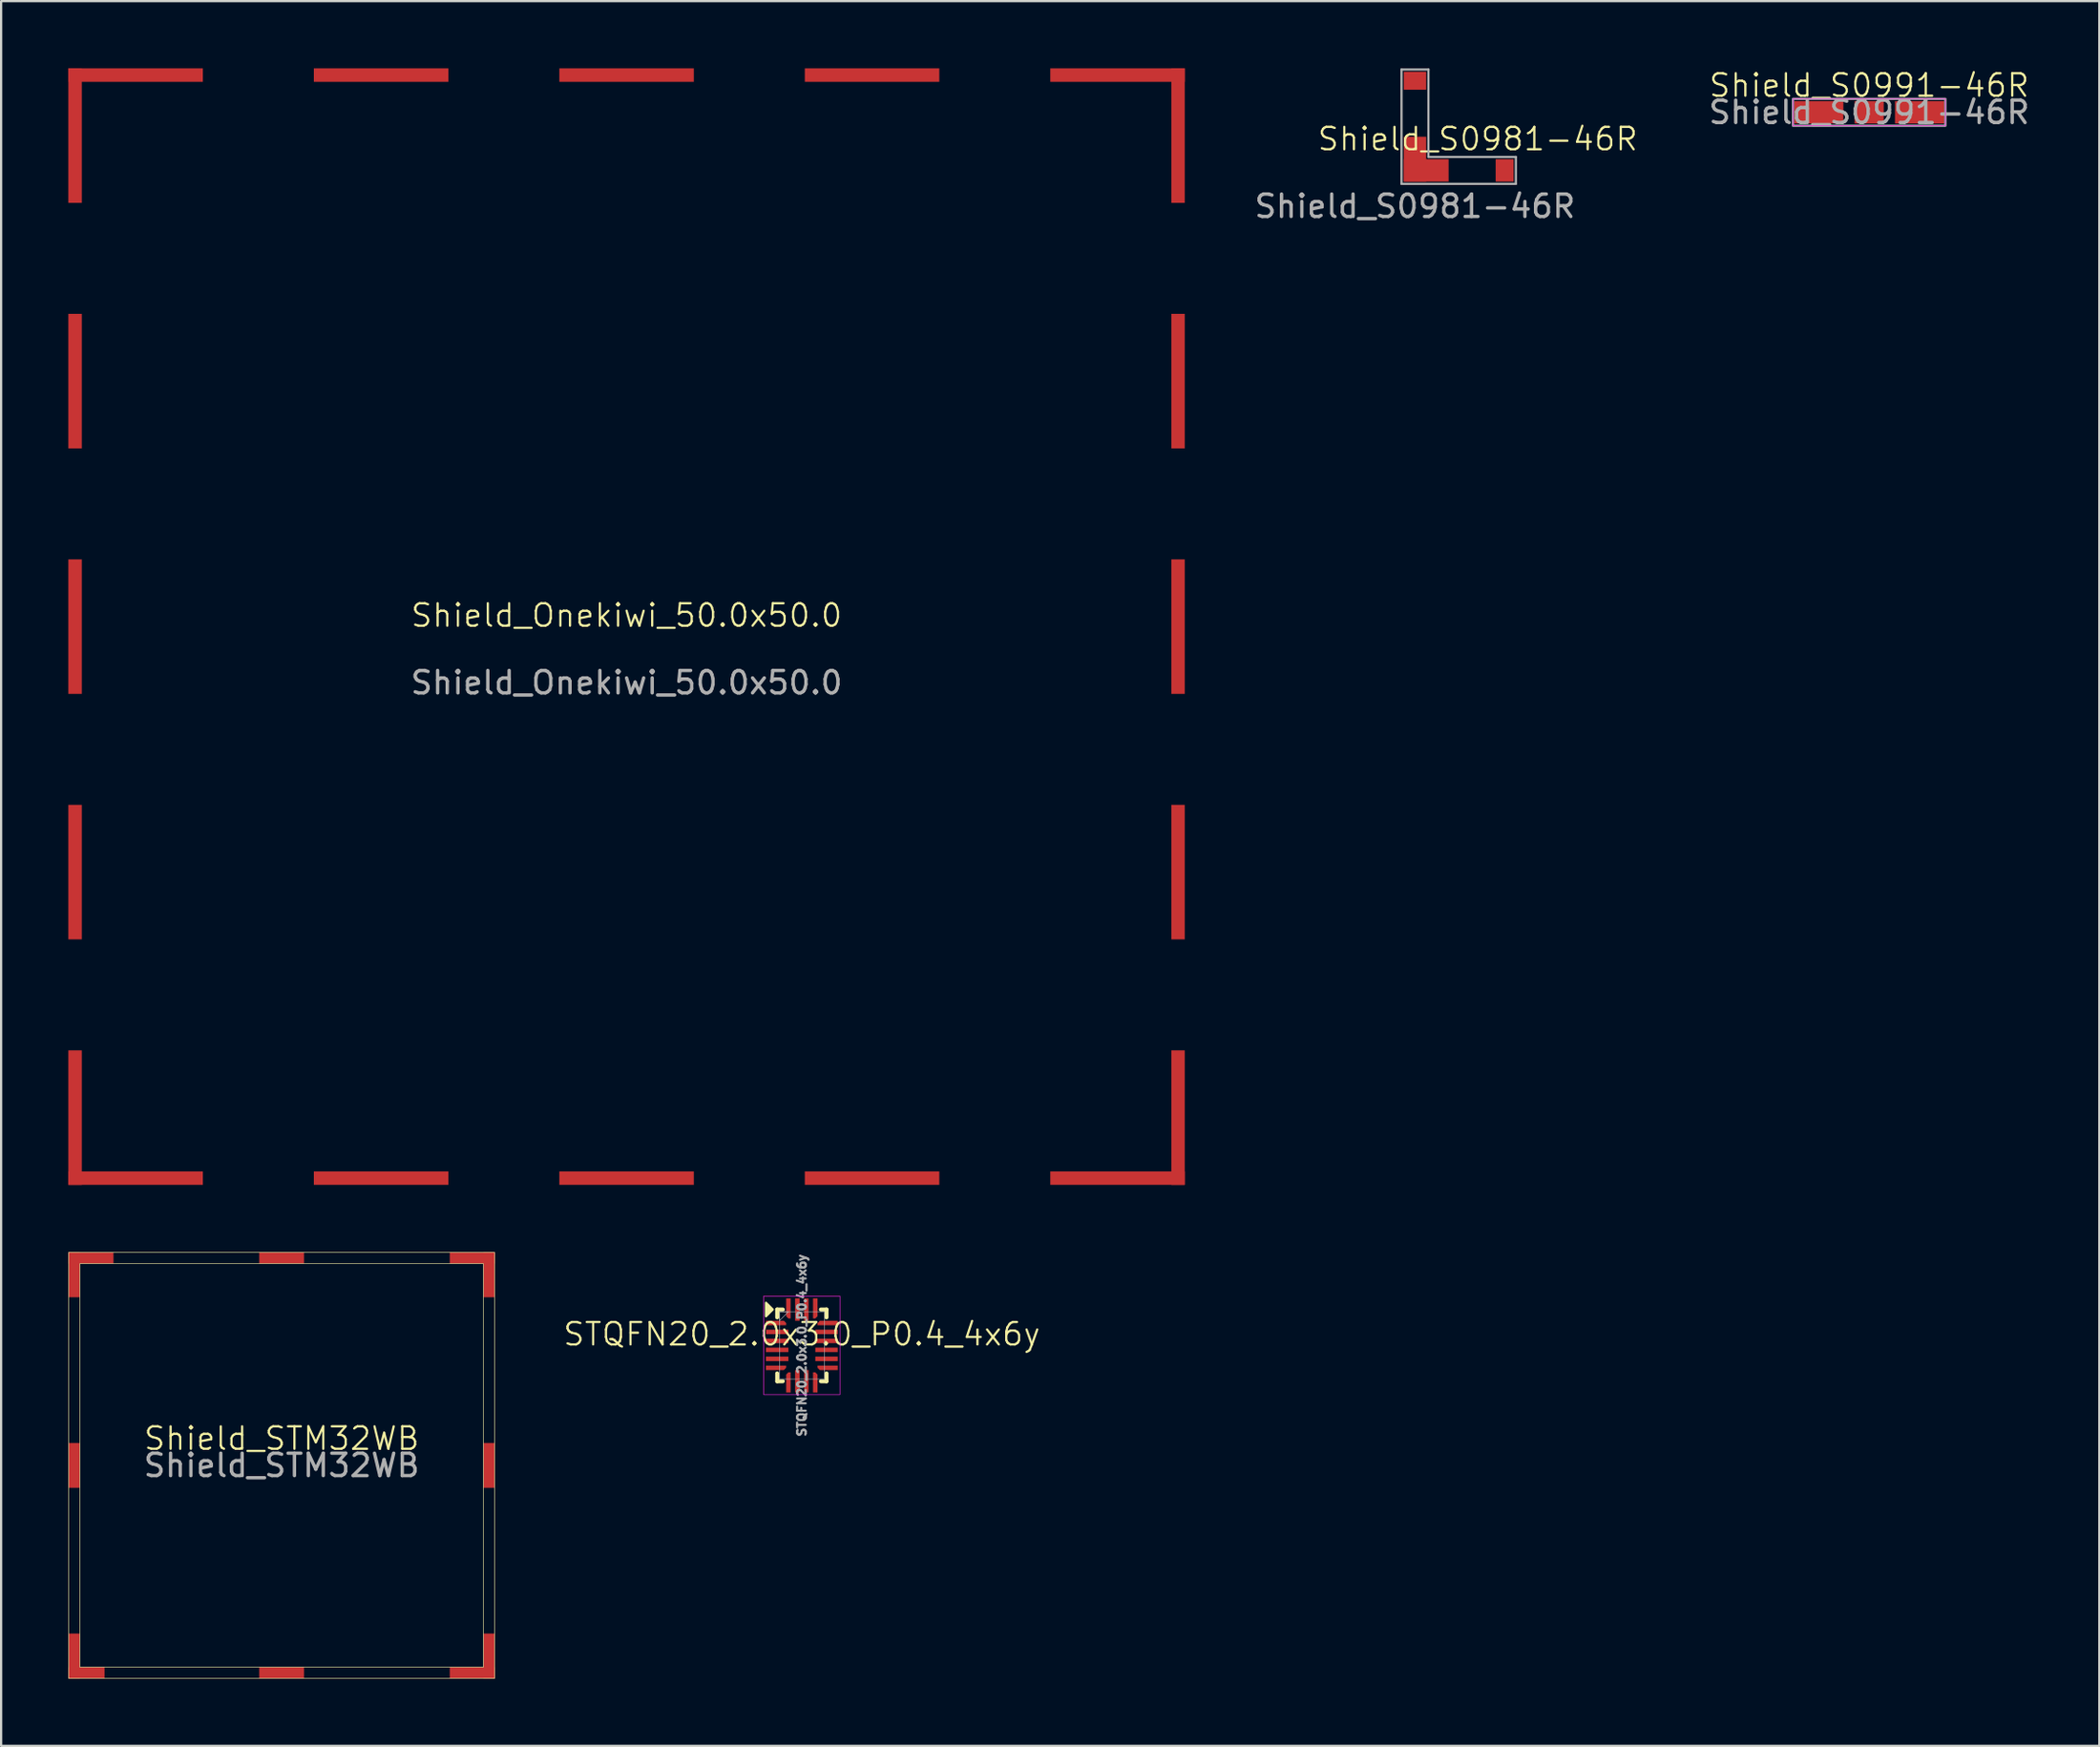
<source format=kicad_pcb>
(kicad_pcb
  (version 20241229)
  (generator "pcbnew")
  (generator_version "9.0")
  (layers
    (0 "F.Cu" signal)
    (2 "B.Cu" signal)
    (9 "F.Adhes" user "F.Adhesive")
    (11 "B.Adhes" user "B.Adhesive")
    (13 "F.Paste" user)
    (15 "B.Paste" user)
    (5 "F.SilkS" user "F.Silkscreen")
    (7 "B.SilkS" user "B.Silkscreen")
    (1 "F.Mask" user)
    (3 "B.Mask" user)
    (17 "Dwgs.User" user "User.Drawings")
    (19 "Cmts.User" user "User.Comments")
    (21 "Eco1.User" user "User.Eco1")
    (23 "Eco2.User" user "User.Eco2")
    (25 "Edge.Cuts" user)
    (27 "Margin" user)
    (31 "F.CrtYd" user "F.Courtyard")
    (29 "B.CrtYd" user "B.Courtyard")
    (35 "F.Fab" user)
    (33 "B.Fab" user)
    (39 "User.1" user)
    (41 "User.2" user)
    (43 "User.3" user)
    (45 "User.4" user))
  (footprint "Shield_S0981-46R"
    (layer "F.Cu")
    (at 60.068 4.55)
    (property "Reference" "Shield_S0981-46R" (at 2.8 -1.4 0) (unlocked yes) (layer "F.SilkS") (effects (font (size 1 1) (thickness 0.1))))
    (attr smd)
    (fp_line (start -0.6 -4.5) (end -0.6 0.6) (stroke (width 0.1) (type default)) (layer "F.Fab"))
    (fp_line (start -0.6 0.6) (end 4.5 0.6) (stroke (width 0.1) (type default)) (layer "F.Fab"))
    (fp_line (start 0.6 -4.5) (end -0.6 -4.5) (stroke (width 0.1) (type default)) (layer "F.Fab"))
    (fp_line (start 0.6 -0.6) (end 0.6 -4.5) (stroke (width 0.1) (type default)) (layer "F.Fab"))
    (fp_line (start 4.5 -0.6) (end 0.6 -0.6) (stroke (width 0.1) (type default)) (layer "F.Fab"))
    (fp_line (start 4.5 0.6) (end 4.5 -0.6) (stroke (width 0.1) (type default)) (layer "F.Fab"))
    (fp_text user "${REFERENCE}" (at 0 1.6 0) (unlocked yes) (layer "F.Fab") (effects (font (size 1 1) (thickness 0.15))))
    (pad "1" smd rect (at 0 -4) (size 1 0.8) (layers "F.Cu" "F.Mask" "F.Paste"))
    (pad "1" smd rect (at 0 -0.5) (size 1 2) (layers "F.Cu" "F.Mask" "F.Paste"))
    (pad "1" smd rect (at 0.5 0) (size 2 1) (layers "F.Cu" "F.Mask" "F.Paste"))
    (pad "1" smd rect (at 4 0) (size 0.8 1) (layers "F.Cu" "F.Mask" "F.Paste")))
  (footprint "Shield_STM32WB"
    (layer "F.Cu")
    (at 9.513 62.313)
    (property "Reference" "Shield_STM32WB" (at 0 -1.2 0) (unlocked yes) (layer "F.SilkS") (effects (font (size 1 1) (thickness 0.1))))
    (attr smd)
    (fp_rect (start -9.5 -9.5) (end 9.5 9.5) (stroke (width 0.025) (type default)) (fill no) (layer "F.SilkS"))
    (fp_rect (start -9 9) (end 9 -9) (stroke (width 0.025) (type default)) (fill no) (layer "F.SilkS"))
    (fp_text user "${REFERENCE}" (at 0 0 0) (unlocked yes) (layer "F.Fab") (effects (font (size 1 1) (thickness 0.15))))
    (pad "1" smd rect (at -9.25 -8.5) (size 0.5 2) (layers "F.Cu" "F.Mask" "F.Paste"))
    (pad "1" smd rect (at -9.25 0) (size 0.5 2) (layers "F.Cu" "F.Mask" "F.Paste"))
    (pad "1" smd rect (at -9.25 8.5) (size 0.5 2) (layers "F.Cu" "F.Mask" "F.Paste"))
    (pad "1" smd rect (at -8.7 9.25) (size 1.6 0.5) (layers "F.Cu" "F.Mask" "F.Paste"))
    (pad "1" smd rect (at -8.5 -9.25) (size 2 0.5) (layers "F.Cu" "F.Mask" "F.Paste"))
    (pad "1" smd rect (at 0 -9.25) (size 2 0.5) (layers "F.Cu" "F.Mask" "F.Paste"))
    (pad "1" smd rect (at 0 9.25) (size 2 0.5) (layers "F.Cu" "F.Mask" "F.Paste"))
    (pad "1" smd rect (at 8.5 -9.25) (size 2 0.5) (layers "F.Cu" "F.Mask" "F.Paste"))
    (pad "1" smd rect (at 8.5 9.25) (size 2 0.5) (layers "F.Cu" "F.Mask" "F.Paste"))
    (pad "1" smd rect (at 9.25 -8.5) (size 0.5 2) (layers "F.Cu" "F.Mask" "F.Paste"))
    (pad "1" smd rect (at 9.25 0) (size 0.5 2) (layers "F.Cu" "F.Mask" "F.Paste"))
    (pad "1" smd rect (at 9.25 8.5) (size 0.5 2) (layers "F.Cu" "F.Mask" "F.Paste")))
  (footprint "Shield_S0991-46R"
    (layer "F.Cu")
    (at 80.329 1.96)
    (property "Reference" "Shield_S0991-46R" (at 0 -1.2 0) (unlocked yes) (layer "F.SilkS") (effects (font (size 1 1) (thickness 0.1))))
    (attr smd)
    (fp_rect (start -3.4 -0.6) (end 3.4 0.6) (stroke (width 0.025) (type default)) (fill no) (layer "F.CrtYd"))
    (fp_rect (start -3.4 -0.6) (end 3.4 0.6) (stroke (width 0.1) (type default)) (fill no) (layer "F.Fab"))
    (fp_text user "${REFERENCE}" (at 0 0 0) (unlocked yes) (layer "F.Fab") (effects (font (size 1 1) (thickness 0.15))))
    (pad "1" smd rect (at -2.25 0) (size 2.2 1) (layers "F.Cu" "F.Mask" "F.Paste"))
    (pad "1" smd rect (at 0 0) (size 1.3 1) (layers "F.Cu" "F.Mask" "F.Paste"))
    (pad "1" smd rect (at 2.25 0) (size 2.2 1) (layers "F.Cu" "F.Mask" "F.Paste")))
  (footprint "STQFN20_2.0x3.0_P0.4_4x6y"
    (layer "F.Cu")
    (at 32.718 56.96)
    (property "Reference" "STQFN20_2.0x3.0_P0.4_4x6y" (at 0 -0.5 0) (unlocked yes) (layer "F.SilkS") (effects (font (size 1 1) (thickness 0.1))))
    (attr smd)
    (fp_line (start -1.1 -1.6) (end -0.85 -1.6) (stroke (width 0.178) (type default)) (layer "F.SilkS"))
    (fp_line (start -1.1 -1.25) (end -1.1 -1.6) (stroke (width 0.178) (type default)) (layer "F.SilkS"))
    (fp_line (start -1.1 1.6) (end -1.1 1.25) (stroke (width 0.178) (type default)) (layer "F.SilkS"))
    (fp_line (start -1.1 1.6) (end -0.85 1.6) (stroke (width 0.178) (type default)) (layer "F.SilkS"))
    (fp_line (start 0.85 -1.6) (end 1.1 -1.6) (stroke (width 0.178) (type default)) (layer "F.SilkS"))
    (fp_line (start 0.85 1.6) (end 1.1 1.6) (stroke (width 0.178) (type default)) (layer "F.SilkS"))
    (fp_line (start 1.1 -1.6) (end 1.1 -1.25) (stroke (width 0.178) (type default)) (layer "F.SilkS"))
    (fp_line (start 1.1 1.6) (end 1.1 1.25) (stroke (width 0.178) (type default)) (layer "F.SilkS"))
    (fp_poly (pts (xy -1.3 -1.6) (xy -1.6 -1.9) (xy -1.6 -1.3)) (stroke (width 0.1) (type solid)) (fill yes) (layer "F.SilkS"))
    (fp_rect (start -1.7 2.2) (end 1.7 -2.2) (stroke (width 0.025) (type default)) (fill no) (layer "F.CrtYd"))
    (fp_rect (start -1 1.5) (end 1 -1.5) (stroke (width 0.025) (type default)) (fill no) (layer "F.Fab"))
    (fp_poly (pts (xy -1 -1.5) (xy -1 -1.1) (xy -0.6 -1.5)) (stroke (width 0.025) (type solid)) (fill no) (layer "F.Fab"))
    (fp_text user "${REFERENCE}" (at 0 0 90) (unlocked yes) (layer "F.Fab") (effects (font (size 0.381 0.381) (thickness 0.095))))
    (pad "1" smd roundrect (at -1.15 -1) (size 0.9 0.2) (layers "F.Cu" "F.Mask" "F.Paste") (roundrect_rratio 0) (chamfer_ratio 0.5) (chamfer top_right))
    (pad "2" smd rect (at -1.1 -0.6) (size 1 0.2) (layers "F.Cu" "F.Mask" "F.Paste"))
    (pad "3" smd rect (at -1.1 -0.2) (size 1 0.2) (layers "F.Cu" "F.Mask" "F.Paste"))
    (pad "4" smd rect (at -1.1 0.2) (size 1 0.2) (layers "F.Cu" "F.Mask" "F.Paste"))
    (pad "5" smd rect (at -1.1 0.6) (size 1 0.2) (layers "F.Cu" "F.Mask" "F.Paste"))
    (pad "6" smd roundrect (at -1.15 1) (size 0.9 0.2) (layers "F.Cu" "F.Mask" "F.Paste") (roundrect_rratio 0) (chamfer_ratio 0.5) (chamfer bottom_right))
    (pad "7" smd roundrect (at -0.6 1.65) (size 0.2 0.9) (layers "F.Cu" "F.Mask" "F.Paste") (roundrect_rratio 0) (chamfer_ratio 0.5) (chamfer top_left))
    (pad "8" smd rect (at -0.2 1.6) (size 0.2 1) (layers "F.Cu" "F.Mask" "F.Paste"))
    (pad "9" smd rect (at 0.2 1.6) (size 0.2 1) (layers "F.Cu" "F.Mask" "F.Paste"))
    (pad "10" smd roundrect (at 0.6 1.65) (size 0.2 0.9) (layers "F.Cu" "F.Mask" "F.Paste") (roundrect_rratio 0) (chamfer_ratio 0.5) (chamfer top_right))
    (pad "11" smd roundrect (at 1.15 1) (size 0.9 0.2) (layers "F.Cu" "F.Mask" "F.Paste") (roundrect_rratio 0) (chamfer_ratio 0.5) (chamfer bottom_left))
    (pad "12" smd rect (at 1.1 0.6) (size 1 0.2) (layers "F.Cu" "F.Mask" "F.Paste"))
    (pad "13" smd rect (at 1.1 0.2) (size 1 0.2) (layers "F.Cu" "F.Mask" "F.Paste"))
    (pad "14" smd rect (at 1.1 -0.2) (size 1 0.2) (layers "F.Cu" "F.Mask" "F.Paste"))
    (pad "15" smd rect (at 1.1 -0.6) (size 1 0.2) (layers "F.Cu" "F.Mask" "F.Paste"))
    (pad "16" smd roundrect (at 1.15 -1) (size 0.9 0.2) (layers "F.Cu" "F.Mask" "F.Paste") (roundrect_rratio 0) (chamfer_ratio 0.5) (chamfer top_left))
    (pad "17" smd roundrect (at 0.6 -1.65) (size 0.2 0.9) (layers "F.Cu" "F.Mask" "F.Paste") (roundrect_rratio 0) (chamfer_ratio 0.5) (chamfer bottom_right))
    (pad "18" smd rect (at 0.2 -1.6) (size 0.2 1) (layers "F.Cu" "F.Mask" "F.Paste"))
    (pad "19" smd rect (at -0.2 -1.6) (size 0.2 1) (layers "F.Cu" "F.Mask" "F.Paste"))
    (pad "20" smd roundrect (at -0.6 -1.65) (size 0.2 0.9) (layers "F.Cu" "F.Mask" "F.Paste") (roundrect_rratio 0) (chamfer_ratio 0.5) (chamfer bottom_left)))
  (footprint "Shield_Onekiwi_50.0x50.0"
    (layer "F.Cu")
    (at 24.9 24.9)
    (property "Reference" "Shield_Onekiwi_50.0x50.0" (at 0 -0.5 0) (unlocked yes) (layer "F.SilkS") (effects (font (size 1 1) (thickness 0.1))))
    (attr smd)
    (fp_text user "${REFERENCE}" (at 0 2.5 0) (unlocked yes) (layer "F.Fab") (effects (font (size 1 1) (thickness 0.15))))
    (pad "1" smd rect (at -24.6 -21.9) (size 0.6 6) (layers "F.Cu" "F.Mask" "F.Paste"))
    (pad "1" smd rect (at -24.6 -10.95) (size 0.6 6) (layers "F.Cu" "F.Mask" "F.Paste"))
    (pad "1" smd rect (at -24.6 0) (size 0.6 6) (layers "F.Cu" "F.Mask" "F.Paste"))
    (pad "1" smd rect (at -24.6 10.95) (size 0.6 6) (layers "F.Cu" "F.Mask" "F.Paste"))
    (pad "1" smd rect (at -24.6 21.9) (size 0.6 6) (layers "F.Cu" "F.Mask" "F.Paste"))
    (pad "1" smd rect (at -21.9 -24.6) (size 6 0.6) (layers "F.Cu" "F.Mask" "F.Paste"))
    (pad "1" smd rect (at -21.9 24.6) (size 6 0.6) (layers "F.Cu" "F.Mask" "F.Paste"))
    (pad "1" smd rect (at -10.95 -24.6) (size 6 0.6) (layers "F.Cu" "F.Mask" "F.Paste"))
    (pad "1" smd rect (at -10.95 24.6) (size 6 0.6) (layers "F.Cu" "F.Mask" "F.Paste"))
    (pad "1" smd rect (at 0 -24.6) (size 6 0.6) (layers "F.Cu" "F.Mask" "F.Paste"))
    (pad "1" smd rect (at 0 24.6) (size 6 0.6) (layers "F.Cu" "F.Mask" "F.Paste"))
    (pad "1" smd rect (at 10.95 -24.6) (size 6 0.6) (layers "F.Cu" "F.Mask" "F.Paste"))
    (pad "1" smd rect (at 10.95 24.6) (size 6 0.6) (layers "F.Cu" "F.Mask" "F.Paste"))
    (pad "1" smd rect (at 21.9 -24.6) (size 6 0.6) (layers "F.Cu" "F.Mask" "F.Paste"))
    (pad "1" smd rect (at 21.9 24.6) (size 6 0.6) (layers "F.Cu" "F.Mask" "F.Paste"))
    (pad "1" smd rect (at 24.6 -21.9) (size 0.6 6) (layers "F.Cu" "F.Mask" "F.Paste"))
    (pad "1" smd rect (at 24.6 -10.95) (size 0.6 6) (layers "F.Cu" "F.Mask" "F.Paste"))
    (pad "1" smd rect (at 24.6 0) (size 0.6 6) (layers "F.Cu" "F.Mask" "F.Paste"))
    (pad "1" smd rect (at 24.6 10.95) (size 0.6 6) (layers "F.Cu" "F.Mask" "F.Paste"))
    (pad "1" smd rect (at 24.6 21.9) (size 0.6 6) (layers "F.Cu" "F.Mask" "F.Paste")))
  (gr_rect
    (start -3 -3)
    (end 90.596 74.825)
    (stroke (width 0.1) (type default))
    (fill no)
    (layer "Edge.Cuts")))
</source>
